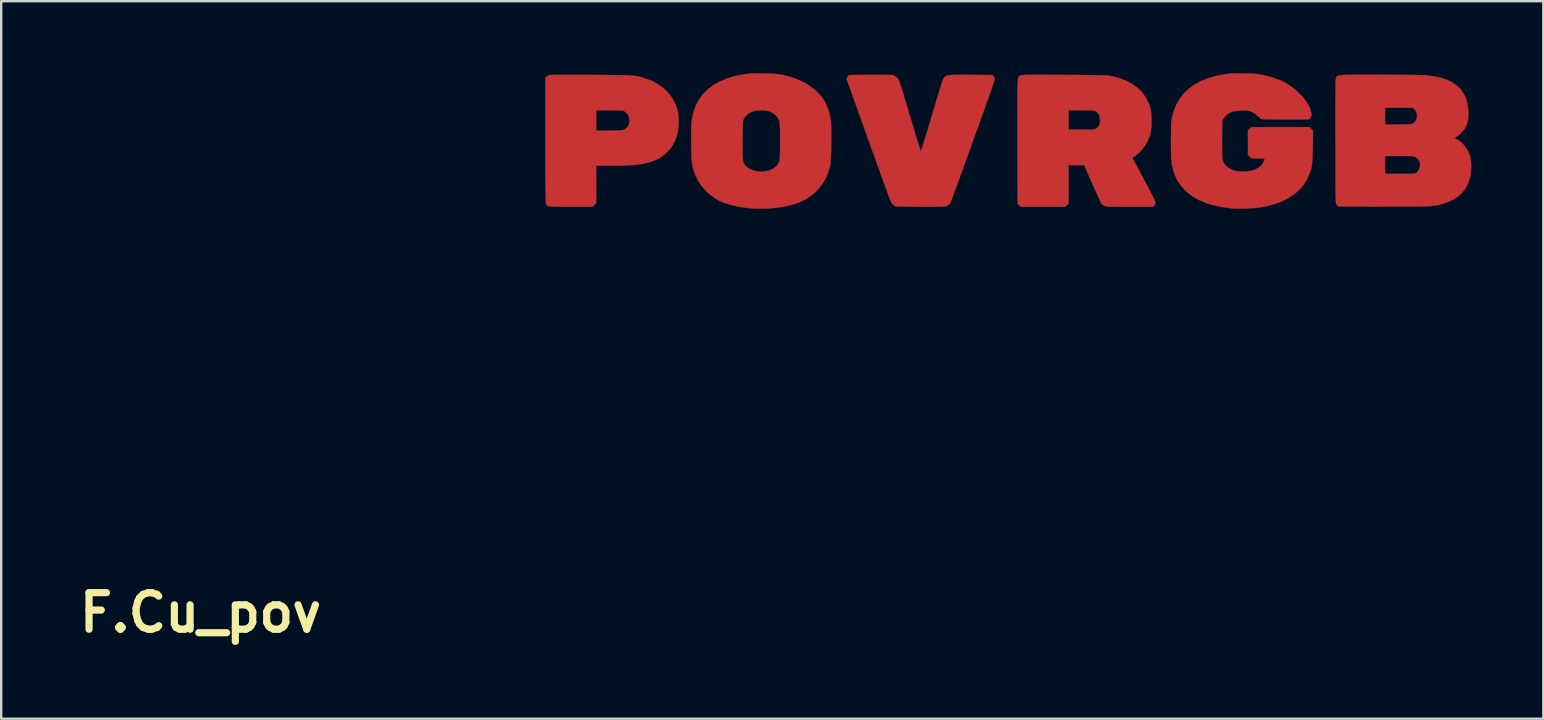
<source format=kicad_pcb>
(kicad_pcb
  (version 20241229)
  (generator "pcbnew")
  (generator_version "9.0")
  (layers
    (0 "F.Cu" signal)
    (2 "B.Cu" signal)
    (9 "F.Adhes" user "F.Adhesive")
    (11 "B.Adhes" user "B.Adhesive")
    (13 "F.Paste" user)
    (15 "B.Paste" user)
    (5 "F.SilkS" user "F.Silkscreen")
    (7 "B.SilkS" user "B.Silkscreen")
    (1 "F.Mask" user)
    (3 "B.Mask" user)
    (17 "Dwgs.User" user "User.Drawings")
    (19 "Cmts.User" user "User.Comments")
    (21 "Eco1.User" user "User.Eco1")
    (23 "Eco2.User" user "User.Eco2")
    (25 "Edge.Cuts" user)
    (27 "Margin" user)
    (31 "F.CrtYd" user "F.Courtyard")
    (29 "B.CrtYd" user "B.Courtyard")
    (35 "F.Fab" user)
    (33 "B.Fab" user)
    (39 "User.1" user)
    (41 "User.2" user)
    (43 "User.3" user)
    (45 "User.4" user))
  (footprint "F.Cu_pov"
    (layer "F.Cu")
    (at 5.305 22.48)
    (property "Reference" "F.Cu_pov" (at 0 0 0) (layer "F.SilkS") (effects (font (size 1.524 1.524) (thickness 0.3))))
    (attr through_hole)
    (fp_poly (pts (xy 15.47 -22.412) (xy 15.704 -22.412) (xy 15.953 -22.411) (xy 16.214 -22.41) (xy 16.288 -22.409) (xy 16.606 -22.408) (xy 16.885 -22.406) (xy 17.128 -22.404) (xy 17.338 -22.402) (xy 17.519 -22.399) (xy 17.673 -22.396) (xy 17.805 -22.391) (xy 17.917 -22.386) (xy 18.013 -22.379) (xy 18.095 -22.371) (xy 18.167 -22.361) (xy 18.233 -22.349) (xy 18.295 -22.335) (xy 18.357 -22.318) (xy 18.422 -22.299) (xy 18.493 -22.278) (xy 18.5 -22.276) (xy 18.788 -22.169) (xy 19.047 -22.033) (xy 19.277 -21.871) (xy 19.476 -21.682) (xy 19.642 -21.469) (xy 19.773 -21.234) (xy 19.869 -20.976) (xy 19.878 -20.944) (xy 19.907 -20.799) (xy 19.923 -20.627) (xy 19.928 -20.441) (xy 19.92 -20.256) (xy 19.901 -20.084) (xy 19.88 -19.977) (xy 19.796 -19.716) (xy 19.68 -19.483) (xy 19.532 -19.277) (xy 19.353 -19.101) (xy 19.144 -18.953) (xy 18.906 -18.836) (xy 18.799 -18.797) (xy 18.657 -18.754) (xy 18.507 -18.717) (xy 18.346 -18.688) (xy 18.168 -18.665) (xy 17.969 -18.648) (xy 17.743 -18.636) (xy 17.485 -18.629) (xy 17.192 -18.627) (xy 17.14 -18.627) (xy 16.489 -18.627) (xy 16.489 -17.056) (xy 16.345 -16.912) (xy 15.438 -16.913) (xy 15.212 -16.913) (xy 15.024 -16.914) (xy 14.872 -16.916) (xy 14.75 -16.918) (xy 14.656 -16.921) (xy 14.585 -16.925) (xy 14.534 -16.93) (xy 14.5 -16.936) (xy 14.477 -16.943) (xy 14.473 -16.945) (xy 14.424 -16.981) (xy 14.394 -17.017) (xy 14.39 -17.045) (xy 14.387 -17.116) (xy 14.384 -17.228) (xy 14.381 -17.383) (xy 14.379 -17.579) (xy 14.377 -17.818) (xy 14.375 -18.099) (xy 14.374 -18.422) (xy 14.373 -18.788) (xy 14.372 -19.195) (xy 14.372 -19.645) (xy 14.372 -19.67) (xy 14.372 -20.934) (xy 16.489 -20.934) (xy 16.489 -20.087) (xy 17.002 -20.087) (xy 17.154 -20.088) (xy 17.294 -20.091) (xy 17.416 -20.095) (xy 17.512 -20.1) (xy 17.576 -20.106) (xy 17.594 -20.109) (xy 17.687 -20.151) (xy 17.771 -20.217) (xy 17.83 -20.293) (xy 17.831 -20.296) (xy 17.869 -20.412) (xy 17.875 -20.535) (xy 17.851 -20.655) (xy 17.8 -20.763) (xy 17.725 -20.851) (xy 17.638 -20.905) (xy 17.603 -20.915) (xy 17.548 -20.922) (xy 17.467 -20.928) (xy 17.357 -20.931) (xy 17.213 -20.933) (xy 17.031 -20.934) (xy 16.489 -20.934) (xy 14.372 -20.934) (xy 14.372 -22.283) (xy 14.427 -22.338) (xy 14.484 -22.38) (xy 14.547 -22.405) (xy 14.55 -22.406) (xy 14.581 -22.408) (xy 14.652 -22.409) (xy 14.758 -22.411) (xy 14.896 -22.411) (xy 15.063 -22.412) (xy 15.255 -22.412) (xy 15.47 -22.412)) (stroke (width 0.01) (type solid)) (fill yes) (layer "F.Cu"))
    (fp_poly (pts (xy 43.596 -22.472) (xy 43.774 -22.465) (xy 43.935 -22.455) (xy 44.07 -22.442) (xy 44.143 -22.43) (xy 44.45 -22.362) (xy 44.738 -22.28) (xy 44.996 -22.186) (xy 45.073 -22.153) (xy 45.234 -22.068) (xy 45.407 -21.955) (xy 45.583 -21.82) (xy 45.751 -21.672) (xy 45.902 -21.519) (xy 45.992 -21.413) (xy 46.099 -21.265) (xy 46.184 -21.119) (xy 46.245 -20.98) (xy 46.282 -20.853) (xy 46.291 -20.744) (xy 46.273 -20.655) (xy 46.24 -20.605) (xy 46.188 -20.553) (xy 45.225 -20.553) (xy 44.993 -20.553) (xy 44.786 -20.555) (xy 44.605 -20.557) (xy 44.454 -20.56) (xy 44.337 -20.563) (xy 44.254 -20.568) (xy 44.211 -20.573) (xy 44.207 -20.574) (xy 44.164 -20.599) (xy 44.105 -20.646) (xy 44.048 -20.699) (xy 43.972 -20.765) (xy 43.883 -20.828) (xy 43.821 -20.863) (xy 43.768 -20.888) (xy 43.721 -20.905) (xy 43.671 -20.915) (xy 43.606 -20.921) (xy 43.518 -20.923) (xy 43.423 -20.923) (xy 43.213 -20.914) (xy 43.037 -20.884) (xy 42.891 -20.832) (xy 42.772 -20.757) (xy 42.676 -20.658) (xy 42.64 -20.606) (xy 42.577 -20.503) (xy 42.57 -19.733) (xy 42.569 -19.508) (xy 42.568 -19.321) (xy 42.57 -19.168) (xy 42.574 -19.044) (xy 42.582 -18.945) (xy 42.593 -18.866) (xy 42.609 -18.803) (xy 42.63 -18.752) (xy 42.658 -18.708) (xy 42.691 -18.667) (xy 42.733 -18.624) (xy 42.743 -18.614) (xy 42.87 -18.516) (xy 43.027 -18.444) (xy 43.207 -18.398) (xy 43.406 -18.379) (xy 43.619 -18.388) (xy 43.804 -18.419) (xy 43.961 -18.47) (xy 44.098 -18.547) (xy 44.21 -18.646) (xy 44.292 -18.761) (xy 44.331 -18.865) (xy 44.345 -18.923) (xy 43.79 -18.923) (xy 43.646 -19.067) (xy 43.646 -20.091) (xy 43.718 -20.163) (xy 43.79 -20.235) (xy 46.211 -20.235) (xy 46.285 -20.161) (xy 46.359 -20.087) (xy 46.349 -19.426) (xy 46.345 -19.217) (xy 46.341 -19.044) (xy 46.335 -18.901) (xy 46.327 -18.782) (xy 46.315 -18.681) (xy 46.3 -18.591) (xy 46.281 -18.506) (xy 46.256 -18.42) (xy 46.226 -18.328) (xy 46.223 -18.32) (xy 46.115 -18.067) (xy 45.971 -17.836) (xy 45.792 -17.627) (xy 45.58 -17.44) (xy 45.334 -17.277) (xy 45.058 -17.138) (xy 44.751 -17.024) (xy 44.415 -16.935) (xy 44.106 -16.881) (xy 43.961 -16.864) (xy 43.787 -16.852) (xy 43.598 -16.843) (xy 43.404 -16.838) (xy 43.219 -16.838) (xy 43.055 -16.843) (xy 42.958 -16.849) (xy 42.573 -16.898) (xy 42.217 -16.973) (xy 41.891 -17.073) (xy 41.597 -17.199) (xy 41.334 -17.35) (xy 41.104 -17.524) (xy 40.907 -17.723) (xy 40.745 -17.945) (xy 40.666 -18.087) (xy 40.596 -18.251) (xy 40.533 -18.44) (xy 40.485 -18.636) (xy 40.467 -18.733) (xy 40.459 -18.812) (xy 40.451 -18.925) (xy 40.446 -19.067) (xy 40.442 -19.23) (xy 40.439 -19.408) (xy 40.438 -19.594) (xy 40.438 -19.783) (xy 40.44 -19.966) (xy 40.443 -20.139) (xy 40.447 -20.293) (xy 40.453 -20.424) (xy 40.461 -20.523) (xy 40.468 -20.574) (xy 40.542 -20.875) (xy 40.65 -21.151) (xy 40.792 -21.403) (xy 40.968 -21.629) (xy 41.177 -21.83) (xy 41.419 -22.005) (xy 41.693 -22.154) (xy 42 -22.277) (xy 42.338 -22.373) (xy 42.707 -22.442) (xy 42.765 -22.449) (xy 42.892 -22.462) (xy 43.048 -22.47) (xy 43.224 -22.475) (xy 43.409 -22.475) (xy 43.596 -22.472)) (stroke (width 0.01) (type solid)) (fill yes) (layer "F.Cu"))
    (fp_poly (pts (xy 35.154 -22.413) (xy 35.394 -22.412) (xy 35.671 -22.411) (xy 35.987 -22.409) (xy 35.99 -22.409) (xy 36.31 -22.408) (xy 36.591 -22.406) (xy 36.835 -22.404) (xy 37.046 -22.402) (xy 37.226 -22.4) (xy 37.378 -22.398) (xy 37.506 -22.395) (xy 37.611 -22.392) (xy 37.698 -22.389) (xy 37.768 -22.385) (xy 37.825 -22.38) (xy 37.872 -22.375) (xy 37.911 -22.369) (xy 37.931 -22.365) (xy 38.252 -22.285) (xy 38.541 -22.179) (xy 38.798 -22.048) (xy 39.022 -21.89) (xy 39.213 -21.708) (xy 39.37 -21.501) (xy 39.456 -21.347) (xy 39.519 -21.208) (xy 39.566 -21.08) (xy 39.598 -20.952) (xy 39.618 -20.812) (xy 39.628 -20.65) (xy 39.63 -20.489) (xy 39.627 -20.3) (xy 39.615 -20.141) (xy 39.593 -20.003) (xy 39.558 -19.874) (xy 39.509 -19.743) (xy 39.466 -19.647) (xy 39.364 -19.469) (xy 39.236 -19.299) (xy 39.09 -19.148) (xy 38.935 -19.026) (xy 38.888 -18.997) (xy 38.827 -18.961) (xy 39.31 -18.058) (xy 39.426 -17.84) (xy 39.524 -17.656) (xy 39.604 -17.503) (xy 39.668 -17.377) (xy 39.717 -17.276) (xy 39.752 -17.195) (xy 39.775 -17.132) (xy 39.787 -17.084) (xy 39.789 -17.047) (xy 39.782 -17.018) (xy 39.768 -16.994) (xy 39.748 -16.971) (xy 39.741 -16.964) (xy 39.689 -16.912) (xy 38.72 -16.913) (xy 38.491 -16.913) (xy 38.3 -16.913) (xy 38.144 -16.914) (xy 38.018 -16.916) (xy 37.918 -16.918) (xy 37.842 -16.921) (xy 37.784 -16.925) (xy 37.74 -16.93) (xy 37.708 -16.937) (xy 37.682 -16.945) (xy 37.664 -16.953) (xy 37.602 -16.987) (xy 37.555 -17.026) (xy 37.545 -17.037) (xy 37.53 -17.066) (xy 37.5 -17.129) (xy 37.456 -17.222) (xy 37.402 -17.34) (xy 37.339 -17.48) (xy 37.268 -17.636) (xy 37.193 -17.805) (xy 37.167 -17.865) (xy 36.819 -18.648) (xy 36.497 -18.648) (xy 36.174 -18.648) (xy 36.174 -17.056) (xy 36.03 -16.912) (xy 34.185 -16.912) (xy 34.116 -16.974) (xy 34.047 -17.036) (xy 34.041 -19.631) (xy 34.04 -20.024) (xy 34.039 -20.376) (xy 34.039 -20.691) (xy 34.038 -20.934) (xy 36.174 -20.934) (xy 36.174 -20.13) (xy 36.709 -20.13) (xy 36.875 -20.13) (xy 37.006 -20.131) (xy 37.104 -20.133) (xy 37.178 -20.137) (xy 37.231 -20.142) (xy 37.269 -20.15) (xy 37.298 -20.16) (xy 37.317 -20.169) (xy 37.38 -20.219) (xy 37.435 -20.292) (xy 37.44 -20.301) (xy 37.467 -20.362) (xy 37.481 -20.421) (xy 37.484 -20.496) (xy 37.482 -20.542) (xy 37.475 -20.631) (xy 37.459 -20.695) (xy 37.43 -20.753) (xy 37.407 -20.789) (xy 37.347 -20.86) (xy 37.285 -20.905) (xy 37.272 -20.91) (xy 37.226 -20.918) (xy 37.142 -20.925) (xy 37.022 -20.93) (xy 36.87 -20.933) (xy 36.69 -20.934) (xy 36.174 -20.934) (xy 34.038 -20.934) (xy 34.038 -20.97) (xy 34.038 -21.215) (xy 34.039 -21.429) (xy 34.04 -21.615) (xy 34.042 -21.773) (xy 34.044 -21.906) (xy 34.047 -22.017) (xy 34.052 -22.108) (xy 34.057 -22.181) (xy 34.064 -22.238) (xy 34.072 -22.281) (xy 34.081 -22.313) (xy 34.091 -22.335) (xy 34.104 -22.351) (xy 34.118 -22.362) (xy 34.133 -22.37) (xy 34.151 -22.378) (xy 34.165 -22.385) (xy 34.18 -22.391) (xy 34.202 -22.396) (xy 34.233 -22.4) (xy 34.276 -22.404) (xy 34.335 -22.407) (xy 34.411 -22.41) (xy 34.508 -22.411) (xy 34.628 -22.413) (xy 34.774 -22.413) (xy 34.948 -22.413) (xy 35.154 -22.413)) (stroke (width 0.01) (type solid)) (fill yes) (layer "F.Cu"))
    (fp_poly (pts (xy 23.502 -22.473) (xy 23.693 -22.468) (xy 23.849 -22.46) (xy 23.98 -22.45) (xy 24.095 -22.437) (xy 24.202 -22.419) (xy 24.208 -22.418) (xy 24.541 -22.339) (xy 24.851 -22.233) (xy 25.138 -22.102) (xy 25.397 -21.947) (xy 25.626 -21.77) (xy 25.821 -21.573) (xy 25.957 -21.394) (xy 26.078 -21.176) (xy 26.173 -20.928) (xy 26.24 -20.657) (xy 26.269 -20.451) (xy 26.277 -20.348) (xy 26.283 -20.216) (xy 26.286 -20.059) (xy 26.288 -19.886) (xy 26.287 -19.702) (xy 26.285 -19.513) (xy 26.281 -19.326) (xy 26.276 -19.148) (xy 26.269 -18.984) (xy 26.261 -18.842) (xy 26.251 -18.727) (xy 26.241 -18.646) (xy 26.237 -18.63) (xy 26.16 -18.356) (xy 26.059 -18.112) (xy 25.931 -17.891) (xy 25.772 -17.686) (xy 25.72 -17.628) (xy 25.568 -17.477) (xy 25.419 -17.355) (xy 25.261 -17.25) (xy 25.114 -17.171) (xy 24.858 -17.062) (xy 24.568 -16.973) (xy 24.251 -16.905) (xy 23.911 -16.86) (xy 23.554 -16.837) (xy 23.183 -16.837) (xy 22.915 -16.851) (xy 22.629 -16.883) (xy 22.344 -16.933) (xy 22.072 -16.999) (xy 21.824 -17.078) (xy 21.676 -17.137) (xy 21.547 -17.204) (xy 21.404 -17.294) (xy 21.261 -17.398) (xy 21.131 -17.505) (xy 21.076 -17.557) (xy 20.883 -17.774) (xy 20.728 -18.006) (xy 20.608 -18.256) (xy 20.522 -18.53) (xy 20.478 -18.754) (xy 20.469 -18.832) (xy 20.462 -18.946) (xy 20.457 -19.088) (xy 20.452 -19.252) (xy 20.451 -19.295) (xy 22.587 -19.295) (xy 22.588 -19.146) (xy 22.591 -19.026) (xy 22.597 -18.931) (xy 22.605 -18.856) (xy 22.617 -18.797) (xy 22.633 -18.748) (xy 22.654 -18.707) (xy 22.68 -18.668) (xy 22.711 -18.627) (xy 22.712 -18.626) (xy 22.801 -18.543) (xy 22.923 -18.473) (xy 23.068 -18.419) (xy 23.228 -18.385) (xy 23.347 -18.375) (xy 23.408 -18.378) (xy 23.491 -18.386) (xy 23.557 -18.395) (xy 23.73 -18.44) (xy 23.878 -18.514) (xy 23.997 -18.614) (xy 24.002 -18.62) (xy 24.039 -18.664) (xy 24.069 -18.706) (xy 24.094 -18.751) (xy 24.113 -18.804) (xy 24.127 -18.869) (xy 24.137 -18.951) (xy 24.144 -19.055) (xy 24.148 -19.184) (xy 24.15 -19.344) (xy 24.151 -19.54) (xy 24.151 -19.662) (xy 24.15 -19.852) (xy 24.149 -20.025) (xy 24.146 -20.177) (xy 24.142 -20.303) (xy 24.137 -20.397) (xy 24.132 -20.456) (xy 24.13 -20.471) (xy 24.073 -20.6) (xy 23.981 -20.716) (xy 23.86 -20.812) (xy 23.718 -20.882) (xy 23.655 -20.902) (xy 23.515 -20.928) (xy 23.36 -20.935) (xy 23.204 -20.925) (xy 23.06 -20.899) (xy 22.955 -20.863) (xy 22.808 -20.777) (xy 22.697 -20.669) (xy 22.641 -20.585) (xy 22.629 -20.561) (xy 22.62 -20.537) (xy 22.612 -20.507) (xy 22.606 -20.466) (xy 22.601 -20.411) (xy 22.598 -20.337) (xy 22.595 -20.239) (xy 22.593 -20.113) (xy 22.591 -19.956) (xy 22.59 -19.761) (xy 22.589 -19.698) (xy 22.588 -19.478) (xy 22.587 -19.295) (xy 20.451 -19.295) (xy 20.449 -19.431) (xy 20.447 -19.617) (xy 20.447 -19.803) (xy 20.448 -19.984) (xy 20.45 -20.152) (xy 20.454 -20.299) (xy 20.46 -20.42) (xy 20.467 -20.507) (xy 20.469 -20.521) (xy 20.53 -20.824) (xy 20.625 -21.102) (xy 20.753 -21.354) (xy 20.915 -21.581) (xy 21.111 -21.783) (xy 21.341 -21.961) (xy 21.607 -22.115) (xy 21.907 -22.246) (xy 21.985 -22.274) (xy 22.204 -22.344) (xy 22.42 -22.397) (xy 22.641 -22.436) (xy 22.875 -22.461) (xy 23.131 -22.474) (xy 23.418 -22.475) (xy 23.502 -22.473)) (stroke (width 0.01) (type solid)) (fill yes) (layer "F.Cu"))
    (fp_poly (pts (xy 31.881 -22.413) (xy 32.114 -22.411) (xy 32.128 -22.411) (xy 33.003 -22.405) (xy 33.054 -22.346) (xy 33.088 -22.294) (xy 33.104 -22.245) (xy 33.105 -22.241) (xy 33.098 -22.215) (xy 33.077 -22.153) (xy 33.044 -22.057) (xy 33 -21.93) (xy 32.946 -21.774) (xy 32.882 -21.594) (xy 32.81 -21.39) (xy 32.731 -21.168) (xy 32.645 -20.928) (xy 32.555 -20.675) (xy 32.461 -20.411) (xy 32.363 -20.14) (xy 32.264 -19.863) (xy 32.163 -19.584) (xy 32.063 -19.305) (xy 31.964 -19.031) (xy 31.867 -18.763) (xy 31.774 -18.504) (xy 31.684 -18.258) (xy 31.6 -18.026) (xy 31.522 -17.813) (xy 31.452 -17.621) (xy 31.39 -17.453) (xy 31.338 -17.312) (xy 31.296 -17.2) (xy 31.266 -17.121) (xy 31.248 -17.078) (xy 31.245 -17.071) (xy 31.204 -17.023) (xy 31.143 -16.976) (xy 31.115 -16.96) (xy 31.093 -16.949) (xy 31.071 -16.94) (xy 31.044 -16.932) (xy 31.01 -16.926) (xy 30.964 -16.922) (xy 30.903 -16.918) (xy 30.822 -16.916) (xy 30.718 -16.914) (xy 30.586 -16.913) (xy 30.423 -16.913) (xy 30.226 -16.913) (xy 30.015 -16.914) (xy 29.776 -16.914) (xy 29.562 -16.916) (xy 29.376 -16.918) (xy 29.22 -16.921) (xy 29.098 -16.925) (xy 29.011 -16.929) (xy 28.963 -16.934) (xy 28.956 -16.936) (xy 28.867 -16.993) (xy 28.791 -17.086) (xy 28.743 -17.186) (xy 28.706 -17.285) (xy 28.658 -17.414) (xy 28.601 -17.571) (xy 28.534 -17.753) (xy 28.46 -17.957) (xy 28.379 -18.181) (xy 28.292 -18.421) (xy 28.201 -18.674) (xy 28.106 -18.938) (xy 28.008 -19.209) (xy 27.908 -19.485) (xy 27.808 -19.764) (xy 27.709 -20.041) (xy 27.61 -20.314) (xy 27.515 -20.581) (xy 27.423 -20.837) (xy 27.335 -21.082) (xy 27.254 -21.311) (xy 27.178 -21.522) (xy 27.111 -21.711) (xy 27.052 -21.877) (xy 27.003 -22.015) (xy 26.965 -22.124) (xy 26.939 -22.2) (xy 26.926 -22.24) (xy 26.924 -22.246) (xy 26.937 -22.288) (xy 26.97 -22.339) (xy 26.975 -22.346) (xy 27.026 -22.405) (xy 27.907 -22.411) (xy 28.151 -22.412) (xy 28.363 -22.412) (xy 28.541 -22.41) (xy 28.683 -22.407) (xy 28.787 -22.403) (xy 28.852 -22.398) (xy 28.869 -22.395) (xy 28.95 -22.356) (xy 29.031 -22.285) (xy 29.033 -22.283) (xy 29.049 -22.265) (xy 29.064 -22.245) (xy 29.079 -22.221) (xy 29.095 -22.189) (xy 29.113 -22.147) (xy 29.134 -22.091) (xy 29.159 -22.019) (xy 29.189 -21.928) (xy 29.225 -21.815) (xy 29.267 -21.677) (xy 29.318 -21.511) (xy 29.377 -21.315) (xy 29.446 -21.084) (xy 29.526 -20.818) (xy 29.559 -20.707) (xy 29.632 -20.465) (xy 29.701 -20.236) (xy 29.765 -20.021) (xy 29.825 -19.826) (xy 29.878 -19.652) (xy 29.924 -19.503) (xy 29.962 -19.382) (xy 29.99 -19.293) (xy 30.008 -19.237) (xy 30.016 -19.22) (xy 30.024 -19.239) (xy 30.042 -19.296) (xy 30.071 -19.387) (xy 30.109 -19.508) (xy 30.155 -19.656) (xy 30.208 -19.827) (xy 30.266 -20.019) (xy 30.329 -20.228) (xy 30.396 -20.45) (xy 30.416 -20.516) (xy 30.507 -20.821) (xy 30.587 -21.087) (xy 30.656 -21.319) (xy 30.716 -21.518) (xy 30.768 -21.687) (xy 30.811 -21.828) (xy 30.847 -21.945) (xy 30.877 -22.039) (xy 30.902 -22.114) (xy 30.923 -22.172) (xy 30.939 -22.216) (xy 30.954 -22.247) (xy 30.966 -22.27) (xy 30.977 -22.287) (xy 30.988 -22.299) (xy 31 -22.311) (xy 31.003 -22.314) (xy 31.031 -22.338) (xy 31.061 -22.358) (xy 31.099 -22.375) (xy 31.147 -22.388) (xy 31.21 -22.397) (xy 31.291 -22.404) (xy 31.395 -22.409) (xy 31.525 -22.412) (xy 31.686 -22.413) (xy 31.881 -22.413)) (stroke (width 0.01) (type solid)) (fill yes) (layer "F.Cu"))
    (fp_poly (pts (xy 48.921 -22.415) (xy 49.149 -22.415) (xy 49.418 -22.415) (xy 49.679 -22.414) (xy 49.93 -22.413) (xy 50.166 -22.411) (xy 50.384 -22.409) (xy 50.578 -22.407) (xy 50.747 -22.404) (xy 50.885 -22.401) (xy 50.989 -22.398) (xy 51.056 -22.395) (xy 51.061 -22.394) (xy 51.391 -22.354) (xy 51.687 -22.289) (xy 51.948 -22.201) (xy 52.175 -22.089) (xy 52.367 -21.952) (xy 52.527 -21.79) (xy 52.653 -21.604) (xy 52.746 -21.392) (xy 52.806 -21.154) (xy 52.829 -20.979) (xy 52.837 -20.743) (xy 52.818 -20.535) (xy 52.769 -20.352) (xy 52.691 -20.188) (xy 52.58 -20.04) (xy 52.489 -19.948) (xy 52.422 -19.89) (xy 52.357 -19.841) (xy 52.308 -19.81) (xy 52.307 -19.81) (xy 52.243 -19.779) (xy 52.341 -19.732) (xy 52.472 -19.652) (xy 52.598 -19.539) (xy 52.715 -19.4) (xy 52.813 -19.246) (xy 52.887 -19.084) (xy 52.901 -19.043) (xy 52.927 -18.923) (xy 52.944 -18.775) (xy 52.95 -18.61) (xy 52.946 -18.441) (xy 52.931 -18.281) (xy 52.907 -18.142) (xy 52.9 -18.116) (xy 52.816 -17.876) (xy 52.7 -17.664) (xy 52.552 -17.48) (xy 52.371 -17.321) (xy 52.158 -17.19) (xy 51.911 -17.084) (xy 51.816 -17.052) (xy 51.748 -17.031) (xy 51.686 -17.013) (xy 51.628 -16.997) (xy 51.57 -16.983) (xy 51.509 -16.971) (xy 51.443 -16.961) (xy 51.368 -16.952) (xy 51.282 -16.945) (xy 51.181 -16.939) (xy 51.062 -16.934) (xy 50.923 -16.931) (xy 50.761 -16.928) (xy 50.572 -16.926) (xy 50.354 -16.924) (xy 50.103 -16.923) (xy 49.817 -16.922) (xy 49.492 -16.92) (xy 49.371 -16.92) (xy 49.063 -16.919) (xy 48.773 -16.919) (xy 48.504 -16.919) (xy 48.26 -16.92) (xy 48.041 -16.921) (xy 47.852 -16.922) (xy 47.693 -16.924) (xy 47.569 -16.926) (xy 47.48 -16.928) (xy 47.43 -16.931) (xy 47.42 -16.933) (xy 47.375 -16.964) (xy 47.335 -17.011) (xy 47.329 -17.021) (xy 47.324 -17.035) (xy 47.32 -17.055) (xy 47.316 -17.083) (xy 47.312 -17.122) (xy 47.309 -17.174) (xy 47.306 -17.241) (xy 47.304 -17.325) (xy 47.302 -17.429) (xy 47.3 -17.554) (xy 47.298 -17.704) (xy 47.297 -17.88) (xy 47.296 -18.085) (xy 47.295 -18.321) (xy 47.294 -18.59) (xy 47.293 -18.894) (xy 47.293 -19.029) (xy 49.361 -19.029) (xy 49.361 -18.288) (xy 49.977 -18.288) (xy 50.158 -18.288) (xy 50.301 -18.289) (xy 50.413 -18.291) (xy 50.496 -18.294) (xy 50.557 -18.299) (xy 50.6 -18.305) (xy 50.63 -18.313) (xy 50.652 -18.323) (xy 50.653 -18.324) (xy 50.698 -18.363) (xy 50.746 -18.424) (xy 50.767 -18.459) (xy 50.812 -18.578) (xy 50.82 -18.697) (xy 50.794 -18.807) (xy 50.734 -18.902) (xy 50.644 -18.974) (xy 50.631 -18.981) (xy 50.602 -18.995) (xy 50.572 -19.006) (xy 50.537 -19.015) (xy 50.491 -19.02) (xy 50.429 -19.025) (xy 50.344 -19.027) (xy 50.233 -19.028) (xy 50.088 -19.029) (xy 49.949 -19.029) (xy 49.361 -19.029) (xy 47.293 -19.029) (xy 47.292 -19.237) (xy 47.291 -19.619) (xy 47.291 -19.623) (xy 47.29 -20.023) (xy 47.29 -20.382) (xy 47.29 -20.703) (xy 47.29 -20.987) (xy 47.29 -21.04) (xy 49.361 -21.04) (xy 49.361 -20.338) (xy 49.92 -20.345) (xy 50.089 -20.347) (xy 50.221 -20.35) (xy 50.322 -20.352) (xy 50.396 -20.356) (xy 50.448 -20.362) (xy 50.485 -20.369) (xy 50.511 -20.378) (xy 50.531 -20.391) (xy 50.538 -20.395) (xy 50.622 -20.474) (xy 50.67 -20.565) (xy 50.69 -20.668) (xy 50.688 -20.784) (xy 50.658 -20.876) (xy 50.595 -20.957) (xy 50.574 -20.976) (xy 50.502 -21.04) (xy 49.361 -21.04) (xy 47.29 -21.04) (xy 47.29 -21.237) (xy 47.291 -21.454) (xy 47.292 -21.641) (xy 47.293 -21.798) (xy 47.295 -21.93) (xy 47.298 -22.036) (xy 47.3 -22.12) (xy 47.303 -22.182) (xy 47.307 -22.226) (xy 47.311 -22.253) (xy 47.312 -22.259) (xy 47.321 -22.287) (xy 47.329 -22.311) (xy 47.339 -22.332) (xy 47.355 -22.35) (xy 47.378 -22.365) (xy 47.411 -22.378) (xy 47.458 -22.388) (xy 47.521 -22.396) (xy 47.602 -22.403) (xy 47.705 -22.408) (xy 47.831 -22.411) (xy 47.985 -22.413) (xy 48.168 -22.415) (xy 48.383 -22.415) (xy 48.633 -22.415) (xy 48.921 -22.415)) (stroke (width 0.01) (type solid)) (fill yes) (layer "F.Cu")))
  (gr_rect
    (start -3 -3)
    (end 61.26 26.898)
    (stroke (width 0.1) (type default))
    (fill no)
    (layer "Edge.Cuts")))
</source>
